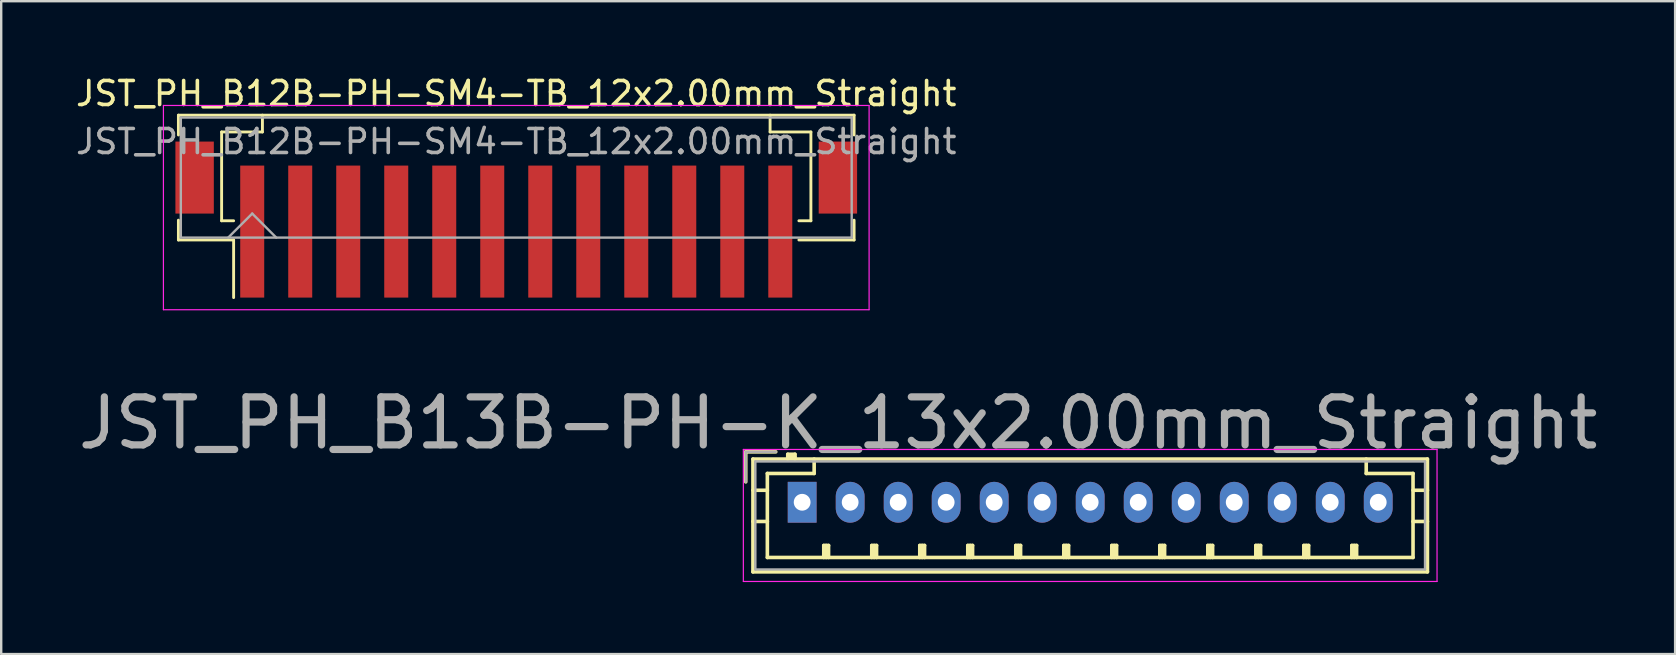
<source format=kicad_pcb>
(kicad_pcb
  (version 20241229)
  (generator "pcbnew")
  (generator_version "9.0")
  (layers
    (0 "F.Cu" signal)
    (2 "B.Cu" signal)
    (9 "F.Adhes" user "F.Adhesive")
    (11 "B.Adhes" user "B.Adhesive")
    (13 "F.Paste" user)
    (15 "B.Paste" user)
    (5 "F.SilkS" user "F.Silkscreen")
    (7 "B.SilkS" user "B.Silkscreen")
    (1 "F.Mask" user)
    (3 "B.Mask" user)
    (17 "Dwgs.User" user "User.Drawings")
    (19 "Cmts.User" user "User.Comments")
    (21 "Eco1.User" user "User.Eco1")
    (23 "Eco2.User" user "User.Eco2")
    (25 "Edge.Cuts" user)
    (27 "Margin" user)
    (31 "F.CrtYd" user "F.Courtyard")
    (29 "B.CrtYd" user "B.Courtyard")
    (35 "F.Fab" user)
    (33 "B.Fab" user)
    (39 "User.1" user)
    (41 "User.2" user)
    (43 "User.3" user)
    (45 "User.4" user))
  (footprint "JST_PH_B12B-PH-SM4-TB_12x2.00mm_Straight"
    (layer "F.Cu")
    (at 18.458 5.473)
    (property "Reference" "JST_PH_B12B-PH-SM4-TB_12x2.00mm_Straight" (at 0 -4.625 0) (layer "F.SilkS") (effects (font (size 1 1) (thickness 0.15))))
    (attr smd)
    (fp_line (start -14.075 -3.725) (end 14.075 -3.725) (stroke (width 0.12) (type solid)) (layer "F.SilkS"))
    (fp_line (start -14.075 -2.9) (end -14.075 -3.725) (stroke (width 0.12) (type solid)) (layer "F.SilkS"))
    (fp_line (start -14.075 0.65) (end -14.075 1.475) (stroke (width 0.12) (type solid)) (layer "F.SilkS"))
    (fp_line (start -14.075 1.475) (end -11.775 1.475) (stroke (width 0.12) (type solid)) (layer "F.SilkS"))
    (fp_line (start -12.275 -3.025) (end -12.275 0.675) (stroke (width 0.12) (type solid)) (layer "F.SilkS"))
    (fp_line (start -12.275 0.675) (end -11.775 0.675) (stroke (width 0.12) (type solid)) (layer "F.SilkS"))
    (fp_line (start -11.775 1.475) (end -11.775 3.875) (stroke (width 0.12) (type solid)) (layer "F.SilkS"))
    (fp_line (start -10.575 -3.725) (end -10.575 -3.025) (stroke (width 0.12) (type solid)) (layer "F.SilkS"))
    (fp_line (start -10.575 -3.025) (end -12.275 -3.025) (stroke (width 0.12) (type solid)) (layer "F.SilkS"))
    (fp_line (start 10.575 -3.725) (end 10.575 -3.025) (stroke (width 0.12) (type solid)) (layer "F.SilkS"))
    (fp_line (start 10.575 -3.025) (end 12.275 -3.025) (stroke (width 0.12) (type solid)) (layer "F.SilkS"))
    (fp_line (start 12.275 -3.025) (end 12.275 0.675) (stroke (width 0.12) (type solid)) (layer "F.SilkS"))
    (fp_line (start 12.275 0.675) (end 11.775 0.675) (stroke (width 0.12) (type solid)) (layer "F.SilkS"))
    (fp_line (start 14.075 -3.725) (end 14.075 -2.9) (stroke (width 0.12) (type solid)) (layer "F.SilkS"))
    (fp_line (start 14.075 0.65) (end 14.075 1.475) (stroke (width 0.12) (type solid)) (layer "F.SilkS"))
    (fp_line (start 14.075 1.475) (end 11.775 1.475) (stroke (width 0.12) (type solid)) (layer "F.SilkS"))
    (fp_line (start -14.7 -4.13) (end -14.7 4.38) (stroke (width 0.05) (type solid)) (layer "F.CrtYd"))
    (fp_line (start -14.7 4.38) (end 14.7 4.38) (stroke (width 0.05) (type solid)) (layer "F.CrtYd"))
    (fp_line (start 14.7 -4.13) (end -14.7 -4.13) (stroke (width 0.05) (type solid)) (layer "F.CrtYd"))
    (fp_line (start 14.7 4.38) (end 14.7 -4.13) (stroke (width 0.05) (type solid)) (layer "F.CrtYd"))
    (fp_line (start -13.975 -3.625) (end -13.975 1.375) (stroke (width 0.1) (type solid)) (layer "F.Fab"))
    (fp_line (start -13.975 1.375) (end 13.975 1.375) (stroke (width 0.1) (type solid)) (layer "F.Fab"))
    (fp_line (start -12 1.375) (end -11 0.375) (stroke (width 0.1) (type solid)) (layer "F.Fab"))
    (fp_line (start -11 0.375) (end -10 1.375) (stroke (width 0.1) (type solid)) (layer "F.Fab"))
    (fp_line (start 13.975 -3.625) (end -13.975 -3.625) (stroke (width 0.1) (type solid)) (layer "F.Fab"))
    (fp_line (start 13.975 1.375) (end 13.975 -3.625) (stroke (width 0.1) (type solid)) (layer "F.Fab"))
    (fp_text user "${REFERENCE}" (at 0 -2.625 0) (layer "F.Fab") (effects (font (size 1 1) (thickness 0.15))))
    (pad "" smd rect (at -13.4 -1.125) (size 1.6 3) (layers "F.Cu" "F.Mask" "F.Paste"))
    (pad "" smd rect (at 13.4 -1.125) (size 1.6 3) (layers "F.Cu" "F.Mask" "F.Paste"))
    (pad "1" smd rect (at -11 1.125) (size 1 5.5) (layers "F.Cu" "F.Mask" "F.Paste"))
    (pad "2" smd rect (at -9 1.125) (size 1 5.5) (layers "F.Cu" "F.Mask" "F.Paste"))
    (pad "3" smd rect (at -7 1.125) (size 1 5.5) (layers "F.Cu" "F.Mask" "F.Paste"))
    (pad "4" smd rect (at -5 1.125) (size 1 5.5) (layers "F.Cu" "F.Mask" "F.Paste"))
    (pad "5" smd rect (at -3 1.125) (size 1 5.5) (layers "F.Cu" "F.Mask" "F.Paste"))
    (pad "6" smd rect (at -1 1.125) (size 1 5.5) (layers "F.Cu" "F.Mask" "F.Paste"))
    (pad "7" smd rect (at 1 1.125) (size 1 5.5) (layers "F.Cu" "F.Mask" "F.Paste"))
    (pad "8" smd rect (at 3 1.125) (size 1 5.5) (layers "F.Cu" "F.Mask" "F.Paste"))
    (pad "9" smd rect (at 5 1.125) (size 1 5.5) (layers "F.Cu" "F.Mask" "F.Paste"))
    (pad "10" smd rect (at 7 1.125) (size 1 5.5) (layers "F.Cu" "F.Mask" "F.Paste"))
    (pad "11" smd rect (at 9 1.125) (size 1 5.5) (layers "F.Cu" "F.Mask" "F.Paste"))
    (pad "12" smd rect (at 11 1.125) (size 1 5.5) (layers "F.Cu" "F.Mask" "F.Paste")))
  (footprint "JST_PH_B13B-PH-K_13x2.00mm_Straight"
    (layer "F.Cu")
    (at 30.369 17.875)
    (property "Reference" "JST_PH_B13B-PH-K_13x2.00mm_Straight" (at 1.5 -3.3 0) (layer "F.Fab") (effects (font (size 2 2) (thickness 0.3))))
    (attr through_hole)
    (fp_line (start -2.35 -2.1) (end -2.35 -0.85) (stroke (width 0.15) (type solid)) (layer "F.SilkS"))
    (fp_line (start -2.05 -1.8) (end -2.05 2.9) (stroke (width 0.15) (type solid)) (layer "F.SilkS"))
    (fp_line (start -2.05 -0.5) (end -1.45 -0.5) (stroke (width 0.15) (type solid)) (layer "F.SilkS"))
    (fp_line (start -2.05 0.8) (end -1.45 0.8) (stroke (width 0.15) (type solid)) (layer "F.SilkS"))
    (fp_line (start -2.05 2.9) (end 26.05 2.9) (stroke (width 0.15) (type solid)) (layer "F.SilkS"))
    (fp_line (start -1.45 -1.2) (end -1.45 2.3) (stroke (width 0.15) (type solid)) (layer "F.SilkS"))
    (fp_line (start -1.45 2.3) (end 25.45 2.3) (stroke (width 0.15) (type solid)) (layer "F.SilkS"))
    (fp_line (start -1.1 -2.1) (end -2.35 -2.1) (stroke (width 0.15) (type solid)) (layer "F.SilkS"))
    (fp_line (start -0.6 -2) (end -0.6 -1.8) (stroke (width 0.15) (type solid)) (layer "F.SilkS"))
    (fp_line (start -0.3 -2) (end -0.6 -2) (stroke (width 0.15) (type solid)) (layer "F.SilkS"))
    (fp_line (start -0.3 -1.9) (end -0.6 -1.9) (stroke (width 0.15) (type solid)) (layer "F.SilkS"))
    (fp_line (start -0.3 -1.8) (end -0.3 -2) (stroke (width 0.15) (type solid)) (layer "F.SilkS"))
    (fp_line (start 0.5 -1.8) (end 0.5 -1.2) (stroke (width 0.15) (type solid)) (layer "F.SilkS"))
    (fp_line (start 0.5 -1.2) (end -1.45 -1.2) (stroke (width 0.15) (type solid)) (layer "F.SilkS"))
    (fp_line (start 0.9 1.8) (end 1.1 1.8) (stroke (width 0.15) (type solid)) (layer "F.SilkS"))
    (fp_line (start 0.9 2.3) (end 0.9 1.8) (stroke (width 0.15) (type solid)) (layer "F.SilkS"))
    (fp_line (start 1 2.3) (end 1 1.8) (stroke (width 0.15) (type solid)) (layer "F.SilkS"))
    (fp_line (start 1.1 1.8) (end 1.1 2.3) (stroke (width 0.15) (type solid)) (layer "F.SilkS"))
    (fp_line (start 2.9 1.8) (end 3.1 1.8) (stroke (width 0.15) (type solid)) (layer "F.SilkS"))
    (fp_line (start 2.9 2.3) (end 2.9 1.8) (stroke (width 0.15) (type solid)) (layer "F.SilkS"))
    (fp_line (start 3 2.3) (end 3 1.8) (stroke (width 0.15) (type solid)) (layer "F.SilkS"))
    (fp_line (start 3.1 1.8) (end 3.1 2.3) (stroke (width 0.15) (type solid)) (layer "F.SilkS"))
    (fp_line (start 4.9 1.8) (end 5.1 1.8) (stroke (width 0.15) (type solid)) (layer "F.SilkS"))
    (fp_line (start 4.9 2.3) (end 4.9 1.8) (stroke (width 0.15) (type solid)) (layer "F.SilkS"))
    (fp_line (start 5 2.3) (end 5 1.8) (stroke (width 0.15) (type solid)) (layer "F.SilkS"))
    (fp_line (start 5.1 1.8) (end 5.1 2.3) (stroke (width 0.15) (type solid)) (layer "F.SilkS"))
    (fp_line (start 6.9 1.8) (end 7.1 1.8) (stroke (width 0.15) (type solid)) (layer "F.SilkS"))
    (fp_line (start 6.9 2.3) (end 6.9 1.8) (stroke (width 0.15) (type solid)) (layer "F.SilkS"))
    (fp_line (start 7 2.3) (end 7 1.8) (stroke (width 0.15) (type solid)) (layer "F.SilkS"))
    (fp_line (start 7.1 1.8) (end 7.1 2.3) (stroke (width 0.15) (type solid)) (layer "F.SilkS"))
    (fp_line (start 8.9 1.8) (end 9.1 1.8) (stroke (width 0.15) (type solid)) (layer "F.SilkS"))
    (fp_line (start 8.9 2.3) (end 8.9 1.8) (stroke (width 0.15) (type solid)) (layer "F.SilkS"))
    (fp_line (start 9 2.3) (end 9 1.8) (stroke (width 0.15) (type solid)) (layer "F.SilkS"))
    (fp_line (start 9.1 1.8) (end 9.1 2.3) (stroke (width 0.15) (type solid)) (layer "F.SilkS"))
    (fp_line (start 10.9 1.8) (end 11.1 1.8) (stroke (width 0.15) (type solid)) (layer "F.SilkS"))
    (fp_line (start 10.9 2.3) (end 10.9 1.8) (stroke (width 0.15) (type solid)) (layer "F.SilkS"))
    (fp_line (start 11 2.3) (end 11 1.8) (stroke (width 0.15) (type solid)) (layer "F.SilkS"))
    (fp_line (start 11.1 1.8) (end 11.1 2.3) (stroke (width 0.15) (type solid)) (layer "F.SilkS"))
    (fp_line (start 12.9 1.8) (end 13.1 1.8) (stroke (width 0.15) (type solid)) (layer "F.SilkS"))
    (fp_line (start 12.9 2.3) (end 12.9 1.8) (stroke (width 0.15) (type solid)) (layer "F.SilkS"))
    (fp_line (start 13 2.3) (end 13 1.8) (stroke (width 0.15) (type solid)) (layer "F.SilkS"))
    (fp_line (start 13.1 1.8) (end 13.1 2.3) (stroke (width 0.15) (type solid)) (layer "F.SilkS"))
    (fp_line (start 14.9 1.8) (end 15.1 1.8) (stroke (width 0.15) (type solid)) (layer "F.SilkS"))
    (fp_line (start 14.9 2.3) (end 14.9 1.8) (stroke (width 0.15) (type solid)) (layer "F.SilkS"))
    (fp_line (start 15 2.3) (end 15 1.8) (stroke (width 0.15) (type solid)) (layer "F.SilkS"))
    (fp_line (start 15.1 1.8) (end 15.1 2.3) (stroke (width 0.15) (type solid)) (layer "F.SilkS"))
    (fp_line (start 16.9 1.8) (end 17.1 1.8) (stroke (width 0.15) (type solid)) (layer "F.SilkS"))
    (fp_line (start 16.9 2.3) (end 16.9 1.8) (stroke (width 0.15) (type solid)) (layer "F.SilkS"))
    (fp_line (start 17 2.3) (end 17 1.8) (stroke (width 0.15) (type solid)) (layer "F.SilkS"))
    (fp_line (start 17.1 1.8) (end 17.1 2.3) (stroke (width 0.15) (type solid)) (layer "F.SilkS"))
    (fp_line (start 18.9 1.8) (end 19.1 1.8) (stroke (width 0.15) (type solid)) (layer "F.SilkS"))
    (fp_line (start 18.9 2.3) (end 18.9 1.8) (stroke (width 0.15) (type solid)) (layer "F.SilkS"))
    (fp_line (start 19 2.3) (end 19 1.8) (stroke (width 0.15) (type solid)) (layer "F.SilkS"))
    (fp_line (start 19.1 1.8) (end 19.1 2.3) (stroke (width 0.15) (type solid)) (layer "F.SilkS"))
    (fp_line (start 20.9 1.8) (end 21.1 1.8) (stroke (width 0.15) (type solid)) (layer "F.SilkS"))
    (fp_line (start 20.9 2.3) (end 20.9 1.8) (stroke (width 0.15) (type solid)) (layer "F.SilkS"))
    (fp_line (start 21 2.3) (end 21 1.8) (stroke (width 0.15) (type solid)) (layer "F.SilkS"))
    (fp_line (start 21.1 1.8) (end 21.1 2.3) (stroke (width 0.15) (type solid)) (layer "F.SilkS"))
    (fp_line (start 22.9 1.8) (end 23.1 1.8) (stroke (width 0.15) (type solid)) (layer "F.SilkS"))
    (fp_line (start 22.9 2.3) (end 22.9 1.8) (stroke (width 0.15) (type solid)) (layer "F.SilkS"))
    (fp_line (start 23 2.3) (end 23 1.8) (stroke (width 0.15) (type solid)) (layer "F.SilkS"))
    (fp_line (start 23.1 1.8) (end 23.1 2.3) (stroke (width 0.15) (type solid)) (layer "F.SilkS"))
    (fp_line (start 23.5 -1.2) (end 23.5 -1.8) (stroke (width 0.15) (type solid)) (layer "F.SilkS"))
    (fp_line (start 25.45 -1.2) (end 23.5 -1.2) (stroke (width 0.15) (type solid)) (layer "F.SilkS"))
    (fp_line (start 25.45 2.3) (end 25.45 -1.2) (stroke (width 0.15) (type solid)) (layer "F.SilkS"))
    (fp_line (start 26.05 -1.8) (end -2.05 -1.8) (stroke (width 0.15) (type solid)) (layer "F.SilkS"))
    (fp_line (start 26.05 -0.5) (end 25.45 -0.5) (stroke (width 0.15) (type solid)) (layer "F.SilkS"))
    (fp_line (start 26.05 0.8) (end 25.45 0.8) (stroke (width 0.15) (type solid)) (layer "F.SilkS"))
    (fp_line (start 26.05 2.9) (end 26.05 -1.8) (stroke (width 0.15) (type solid)) (layer "F.SilkS"))
    (fp_line (start -2.45 -2.2) (end -2.45 3.3) (stroke (width 0.05) (type solid)) (layer "F.CrtYd"))
    (fp_line (start -2.45 3.3) (end 26.45 3.3) (stroke (width 0.05) (type solid)) (layer "F.CrtYd"))
    (fp_line (start 26.45 -2.2) (end -2.45 -2.2) (stroke (width 0.05) (type solid)) (layer "F.CrtYd"))
    (fp_line (start 26.45 3.3) (end 26.45 -2.2) (stroke (width 0.05) (type solid)) (layer "F.CrtYd"))
    (fp_line (start -2.35 -2.1) (end -2.35 -0.85) (stroke (width 0.1) (type solid)) (layer "F.Fab"))
    (fp_line (start -1.95 -1.7) (end -1.95 2.8) (stroke (width 0.1) (type solid)) (layer "F.Fab"))
    (fp_line (start -1.95 2.8) (end 25.95 2.8) (stroke (width 0.1) (type solid)) (layer "F.Fab"))
    (fp_line (start -1.1 -2.1) (end -2.35 -2.1) (stroke (width 0.1) (type solid)) (layer "F.Fab"))
    (fp_line (start 25.95 -1.7) (end -1.95 -1.7) (stroke (width 0.1) (type solid)) (layer "F.Fab"))
    (fp_line (start 25.95 2.8) (end 25.95 -1.7) (stroke (width 0.1) (type solid)) (layer "F.Fab"))
    (pad "1" thru_hole rect (at 0 0) (size 1.2 1.7) (drill 0.7) (layers "*.Cu" "*.Mask"))
    (pad "2" thru_hole oval (at 2 0) (size 1.2 1.7) (drill 0.7) (layers "*.Cu" "*.Mask"))
    (pad "3" thru_hole oval (at 4 0) (size 1.2 1.7) (drill 0.7) (layers "*.Cu" "*.Mask"))
    (pad "4" thru_hole oval (at 6 0) (size 1.2 1.7) (drill 0.7) (layers "*.Cu" "*.Mask"))
    (pad "5" thru_hole oval (at 8 0) (size 1.2 1.7) (drill 0.7) (layers "*.Cu" "*.Mask"))
    (pad "6" thru_hole oval (at 10 0) (size 1.2 1.7) (drill 0.7) (layers "*.Cu" "*.Mask"))
    (pad "7" thru_hole oval (at 12 0) (size 1.2 1.7) (drill 0.7) (layers "*.Cu" "*.Mask"))
    (pad "8" thru_hole oval (at 14 0) (size 1.2 1.7) (drill 0.7) (layers "*.Cu" "*.Mask"))
    (pad "9" thru_hole oval (at 16 0) (size 1.2 1.7) (drill 0.7) (layers "*.Cu" "*.Mask"))
    (pad "10" thru_hole oval (at 18 0) (size 1.2 1.7) (drill 0.7) (layers "*.Cu" "*.Mask"))
    (pad "11" thru_hole oval (at 20 0) (size 1.2 1.7) (drill 0.7) (layers "*.Cu" "*.Mask"))
    (pad "12" thru_hole oval (at 22 0) (size 1.2 1.7) (drill 0.7) (layers "*.Cu" "*.Mask"))
    (pad "13" thru_hole oval (at 24 0) (size 1.2 1.7) (drill 0.7) (layers "*.Cu" "*.Mask")))
  (gr_rect
    (start -3 -3)
    (end 66.738 24.2)
    (stroke (width 0.1) (type default))
    (fill no)
    (layer "Edge.Cuts")))
</source>
